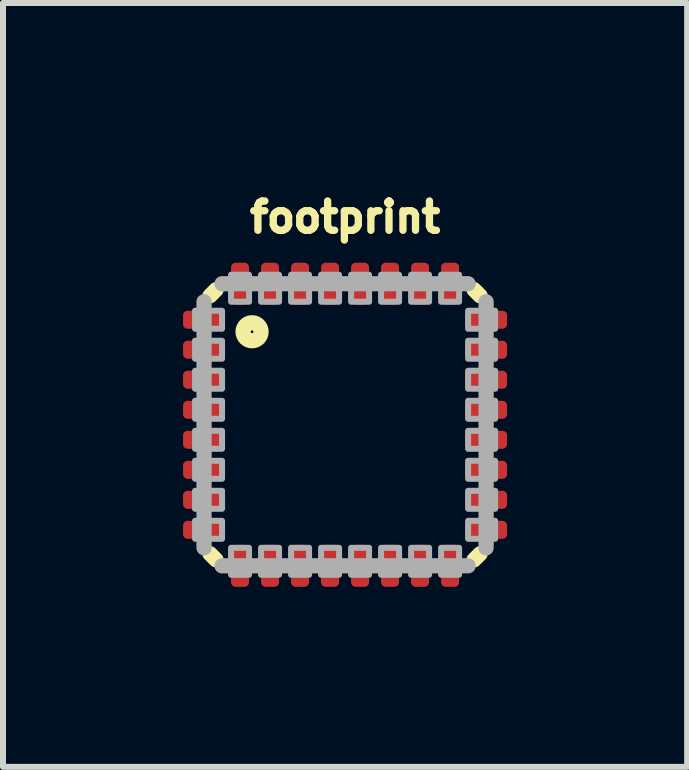
<source format=kicad_pcb>
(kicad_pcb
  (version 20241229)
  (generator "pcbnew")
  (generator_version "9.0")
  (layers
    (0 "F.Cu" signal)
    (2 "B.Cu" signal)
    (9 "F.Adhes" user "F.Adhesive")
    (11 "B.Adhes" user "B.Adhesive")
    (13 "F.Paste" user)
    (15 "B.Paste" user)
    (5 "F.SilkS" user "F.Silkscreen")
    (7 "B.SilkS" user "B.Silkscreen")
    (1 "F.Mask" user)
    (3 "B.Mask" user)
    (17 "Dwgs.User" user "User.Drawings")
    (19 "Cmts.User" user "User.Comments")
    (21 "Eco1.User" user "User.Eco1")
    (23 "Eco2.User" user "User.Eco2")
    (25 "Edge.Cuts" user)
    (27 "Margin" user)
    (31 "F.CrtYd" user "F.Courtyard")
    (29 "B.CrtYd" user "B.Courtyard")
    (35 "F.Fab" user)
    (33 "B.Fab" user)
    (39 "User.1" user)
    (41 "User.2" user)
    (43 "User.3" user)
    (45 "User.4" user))
  (footprint "footprint"
    (layer "F.Cu")
    (at 2.7 4.028)
    (property "Reference" "footprint" (at 0 -3.175 0) (layer "F.SilkS") (effects (font (size 0.488 0.488) (thickness 0.122)) (justify bottom)))
    (fp_line (start -2.25 -2.15) (end -2.15 -2.25) (stroke (width 0.254) (type solid)) (layer "F.SilkS"))
    (fp_line (start -2.15 2.25) (end -2.25 2.15) (stroke (width 0.254) (type solid)) (layer "F.SilkS"))
    (fp_line (start 2.15 -2.25) (end 2.25 -2.15) (stroke (width 0.254) (type solid)) (layer "F.SilkS"))
    (fp_line (start 2.25 2.15) (end 2.15 2.25) (stroke (width 0.254) (type solid)) (layer "F.SilkS"))
    (fp_circle (center -1.55 -1.55) (end -1.4 -1.55) (stroke (width 0.254) (type solid)) (fill no) (layer "F.SilkS"))
    (fp_line (start -2.35 2.05) (end -2.35 -2.05) (stroke (width 0.254) (type solid)) (layer "F.Fab"))
    (fp_line (start -2.05 -2.35) (end 2.05 -2.35) (stroke (width 0.254) (type solid)) (layer "F.Fab"))
    (fp_line (start 2.05 2.35) (end -2.05 2.35) (stroke (width 0.254) (type solid)) (layer "F.Fab"))
    (fp_line (start 2.35 -2.05) (end 2.35 2.05) (stroke (width 0.254) (type solid)) (layer "F.Fab"))
    (fp_poly (pts (xy -2.5 -1.6) (xy -2.05 -1.6) (xy -2.05 -1.9) (xy -2.5 -1.9)) (stroke (width 0.1) (type solid)) (fill no) (layer "F.Fab"))
    (fp_poly (pts (xy -2.5 -1.1) (xy -2.05 -1.1) (xy -2.05 -1.4) (xy -2.5 -1.4)) (stroke (width 0.1) (type solid)) (fill no) (layer "F.Fab"))
    (fp_poly (pts (xy -2.5 -0.6) (xy -2.05 -0.6) (xy -2.05 -0.9) (xy -2.5 -0.9)) (stroke (width 0.1) (type solid)) (fill no) (layer "F.Fab"))
    (fp_poly (pts (xy -2.5 -0.1) (xy -2.05 -0.1) (xy -2.05 -0.4) (xy -2.5 -0.4)) (stroke (width 0.1) (type solid)) (fill no) (layer "F.Fab"))
    (fp_poly (pts (xy -2.5 0.4) (xy -2.05 0.4) (xy -2.05 0.1) (xy -2.5 0.1)) (stroke (width 0.1) (type solid)) (fill no) (layer "F.Fab"))
    (fp_poly (pts (xy -2.5 0.9) (xy -2.05 0.9) (xy -2.05 0.6) (xy -2.5 0.6)) (stroke (width 0.1) (type solid)) (fill no) (layer "F.Fab"))
    (fp_poly (pts (xy -2.5 1.4) (xy -2.05 1.4) (xy -2.05 1.1) (xy -2.5 1.1)) (stroke (width 0.1) (type solid)) (fill no) (layer "F.Fab"))
    (fp_poly (pts (xy -2.5 1.9) (xy -2.05 1.9) (xy -2.05 1.6) (xy -2.5 1.6)) (stroke (width 0.1) (type solid)) (fill no) (layer "F.Fab"))
    (fp_poly (pts (xy -1.9 -2.05) (xy -1.6 -2.05) (xy -1.6 -2.5) (xy -1.9 -2.5)) (stroke (width 0.1) (type solid)) (fill no) (layer "F.Fab"))
    (fp_poly (pts (xy -1.9 2.5) (xy -1.6 2.5) (xy -1.6 2.05) (xy -1.9 2.05)) (stroke (width 0.1) (type solid)) (fill no) (layer "F.Fab"))
    (fp_poly (pts (xy -1.4 -2.05) (xy -1.1 -2.05) (xy -1.1 -2.5) (xy -1.4 -2.5)) (stroke (width 0.1) (type solid)) (fill no) (layer "F.Fab"))
    (fp_poly (pts (xy -1.4 2.5) (xy -1.1 2.5) (xy -1.1 2.05) (xy -1.4 2.05)) (stroke (width 0.1) (type solid)) (fill no) (layer "F.Fab"))
    (fp_poly (pts (xy -0.9 -2.05) (xy -0.6 -2.05) (xy -0.6 -2.5) (xy -0.9 -2.5)) (stroke (width 0.1) (type solid)) (fill no) (layer "F.Fab"))
    (fp_poly (pts (xy -0.9 2.5) (xy -0.6 2.5) (xy -0.6 2.05) (xy -0.9 2.05)) (stroke (width 0.1) (type solid)) (fill no) (layer "F.Fab"))
    (fp_poly (pts (xy -0.4 -2.05) (xy -0.1 -2.05) (xy -0.1 -2.5) (xy -0.4 -2.5)) (stroke (width 0.1) (type solid)) (fill no) (layer "F.Fab"))
    (fp_poly (pts (xy -0.4 2.5) (xy -0.1 2.5) (xy -0.1 2.05) (xy -0.4 2.05)) (stroke (width 0.1) (type solid)) (fill no) (layer "F.Fab"))
    (fp_poly (pts (xy 0.1 -2.05) (xy 0.4 -2.05) (xy 0.4 -2.5) (xy 0.1 -2.5)) (stroke (width 0.1) (type solid)) (fill no) (layer "F.Fab"))
    (fp_poly (pts (xy 0.1 2.5) (xy 0.4 2.5) (xy 0.4 2.05) (xy 0.1 2.05)) (stroke (width 0.1) (type solid)) (fill no) (layer "F.Fab"))
    (fp_poly (pts (xy 0.6 -2.05) (xy 0.9 -2.05) (xy 0.9 -2.5) (xy 0.6 -2.5)) (stroke (width 0.1) (type solid)) (fill no) (layer "F.Fab"))
    (fp_poly (pts (xy 0.6 2.5) (xy 0.9 2.5) (xy 0.9 2.05) (xy 0.6 2.05)) (stroke (width 0.1) (type solid)) (fill no) (layer "F.Fab"))
    (fp_poly (pts (xy 1.1 -2.05) (xy 1.4 -2.05) (xy 1.4 -2.5) (xy 1.1 -2.5)) (stroke (width 0.1) (type solid)) (fill no) (layer "F.Fab"))
    (fp_poly (pts (xy 1.1 2.5) (xy 1.4 2.5) (xy 1.4 2.05) (xy 1.1 2.05)) (stroke (width 0.1) (type solid)) (fill no) (layer "F.Fab"))
    (fp_poly (pts (xy 1.6 -2.05) (xy 1.9 -2.05) (xy 1.9 -2.5) (xy 1.6 -2.5)) (stroke (width 0.1) (type solid)) (fill no) (layer "F.Fab"))
    (fp_poly (pts (xy 1.6 2.5) (xy 1.9 2.5) (xy 1.9 2.05) (xy 1.6 2.05)) (stroke (width 0.1) (type solid)) (fill no) (layer "F.Fab"))
    (fp_poly (pts (xy 2.05 -1.6) (xy 2.5 -1.6) (xy 2.5 -1.9) (xy 2.05 -1.9)) (stroke (width 0.1) (type solid)) (fill no) (layer "F.Fab"))
    (fp_poly (pts (xy 2.05 -1.1) (xy 2.5 -1.1) (xy 2.5 -1.4) (xy 2.05 -1.4)) (stroke (width 0.1) (type solid)) (fill no) (layer "F.Fab"))
    (fp_poly (pts (xy 2.05 -0.6) (xy 2.5 -0.6) (xy 2.5 -0.9) (xy 2.05 -0.9)) (stroke (width 0.1) (type solid)) (fill no) (layer "F.Fab"))
    (fp_poly (pts (xy 2.05 -0.1) (xy 2.5 -0.1) (xy 2.5 -0.4) (xy 2.05 -0.4)) (stroke (width 0.1) (type solid)) (fill no) (layer "F.Fab"))
    (fp_poly (pts (xy 2.05 0.4) (xy 2.5 0.4) (xy 2.5 0.1) (xy 2.05 0.1)) (stroke (width 0.1) (type solid)) (fill no) (layer "F.Fab"))
    (fp_poly (pts (xy 2.05 0.9) (xy 2.5 0.9) (xy 2.5 0.6) (xy 2.05 0.6)) (stroke (width 0.1) (type solid)) (fill no) (layer "F.Fab"))
    (fp_poly (pts (xy 2.05 1.4) (xy 2.5 1.4) (xy 2.5 1.1) (xy 2.05 1.1)) (stroke (width 0.1) (type solid)) (fill no) (layer "F.Fab"))
    (fp_poly (pts (xy 2.05 1.9) (xy 2.5 1.9) (xy 2.5 1.6) (xy 2.05 1.6)) (stroke (width 0.1) (type solid)) (fill no) (layer "F.Fab"))
    (pad "1" smd roundrect (at -2.35 -1.75) (size 0.7 0.3) (layers "F.Cu" "F.Mask" "F.Paste") (roundrect_rratio 0.25))
    (pad "2" smd roundrect (at -2.35 -1.25) (size 0.7 0.3) (layers "F.Cu" "F.Mask" "F.Paste") (roundrect_rratio 0.25))
    (pad "3" smd roundrect (at -2.35 -0.75) (size 0.7 0.3) (layers "F.Cu" "F.Mask" "F.Paste") (roundrect_rratio 0.25))
    (pad "4" smd roundrect (at -2.35 -0.25) (size 0.7 0.3) (layers "F.Cu" "F.Mask" "F.Paste") (roundrect_rratio 0.25))
    (pad "5" smd roundrect (at -2.35 0.25) (size 0.7 0.3) (layers "F.Cu" "F.Mask" "F.Paste") (roundrect_rratio 0.25))
    (pad "6" smd roundrect (at -2.35 0.75) (size 0.7 0.3) (layers "F.Cu" "F.Mask" "F.Paste") (roundrect_rratio 0.25))
    (pad "7" smd roundrect (at -2.35 1.25) (size 0.7 0.3) (layers "F.Cu" "F.Mask" "F.Paste") (roundrect_rratio 0.25))
    (pad "8" smd roundrect (at -2.35 1.75) (size 0.7 0.3) (layers "F.Cu" "F.Mask" "F.Paste") (roundrect_rratio 0.25))
    (pad "9" smd roundrect (at -1.75 2.35) (size 0.3 0.7) (layers "F.Cu" "F.Mask" "F.Paste") (roundrect_rratio 0.25))
    (pad "10" smd roundrect (at -1.25 2.35) (size 0.3 0.7) (layers "F.Cu" "F.Mask" "F.Paste") (roundrect_rratio 0.25))
    (pad "11" smd roundrect (at -0.75 2.35) (size 0.3 0.7) (layers "F.Cu" "F.Mask" "F.Paste") (roundrect_rratio 0.25))
    (pad "12" smd roundrect (at -0.25 2.35) (size 0.3 0.7) (layers "F.Cu" "F.Mask" "F.Paste") (roundrect_rratio 0.25))
    (pad "13" smd roundrect (at 0.25 2.35) (size 0.3 0.7) (layers "F.Cu" "F.Mask" "F.Paste") (roundrect_rratio 0.25))
    (pad "14" smd roundrect (at 0.75 2.35) (size 0.3 0.7) (layers "F.Cu" "F.Mask" "F.Paste") (roundrect_rratio 0.25))
    (pad "15" smd roundrect (at 1.25 2.35) (size 0.3 0.7) (layers "F.Cu" "F.Mask" "F.Paste") (roundrect_rratio 0.25))
    (pad "16" smd roundrect (at 1.75 2.35) (size 0.3 0.7) (layers "F.Cu" "F.Mask" "F.Paste") (roundrect_rratio 0.25))
    (pad "17" smd roundrect (at 2.35 1.75) (size 0.7 0.3) (layers "F.Cu" "F.Mask" "F.Paste") (roundrect_rratio 0.25))
    (pad "18" smd roundrect (at 2.35 1.25) (size 0.7 0.3) (layers "F.Cu" "F.Mask" "F.Paste") (roundrect_rratio 0.25))
    (pad "19" smd roundrect (at 2.35 0.75) (size 0.7 0.3) (layers "F.Cu" "F.Mask" "F.Paste") (roundrect_rratio 0.25))
    (pad "20" smd roundrect (at 2.35 0.25) (size 0.7 0.3) (layers "F.Cu" "F.Mask" "F.Paste") (roundrect_rratio 0.25))
    (pad "21" smd roundrect (at 2.35 -0.25) (size 0.7 0.3) (layers "F.Cu" "F.Mask" "F.Paste") (roundrect_rratio 0.25))
    (pad "22" smd roundrect (at 2.35 -0.75) (size 0.7 0.3) (layers "F.Cu" "F.Mask" "F.Paste") (roundrect_rratio 0.25))
    (pad "23" smd roundrect (at 2.35 -1.25) (size 0.7 0.3) (layers "F.Cu" "F.Mask" "F.Paste") (roundrect_rratio 0.25))
    (pad "24" smd roundrect (at 2.35 -1.75) (size 0.7 0.3) (layers "F.Cu" "F.Mask" "F.Paste") (roundrect_rratio 0.25))
    (pad "25" smd roundrect (at 1.75 -2.35) (size 0.3 0.7) (layers "F.Cu" "F.Mask" "F.Paste") (roundrect_rratio 0.25))
    (pad "26" smd roundrect (at 1.25 -2.35) (size 0.3 0.7) (layers "F.Cu" "F.Mask" "F.Paste") (roundrect_rratio 0.25))
    (pad "27" smd roundrect (at 0.75 -2.35) (size 0.3 0.7) (layers "F.Cu" "F.Mask" "F.Paste") (roundrect_rratio 0.25))
    (pad "28" smd roundrect (at 0.25 -2.35) (size 0.3 0.7) (layers "F.Cu" "F.Mask" "F.Paste") (roundrect_rratio 0.25))
    (pad "29" smd roundrect (at -0.25 -2.35) (size 0.3 0.7) (layers "F.Cu" "F.Mask" "F.Paste") (roundrect_rratio 0.25))
    (pad "30" smd roundrect (at -0.75 -2.35) (size 0.3 0.7) (layers "F.Cu" "F.Mask" "F.Paste") (roundrect_rratio 0.25))
    (pad "31" smd roundrect (at -1.25 -2.35) (size 0.3 0.7) (layers "F.Cu" "F.Mask" "F.Paste") (roundrect_rratio 0.25))
    (pad "32" smd roundrect (at -1.75 -2.35) (size 0.3 0.7) (layers "F.Cu" "F.Mask" "F.Paste") (roundrect_rratio 0.25)))
  (gr_rect
    (start -3 -3)
    (end 8.4 9.728)
    (stroke (width 0.1) (type default))
    (fill no)
    (layer "Edge.Cuts")))
</source>
